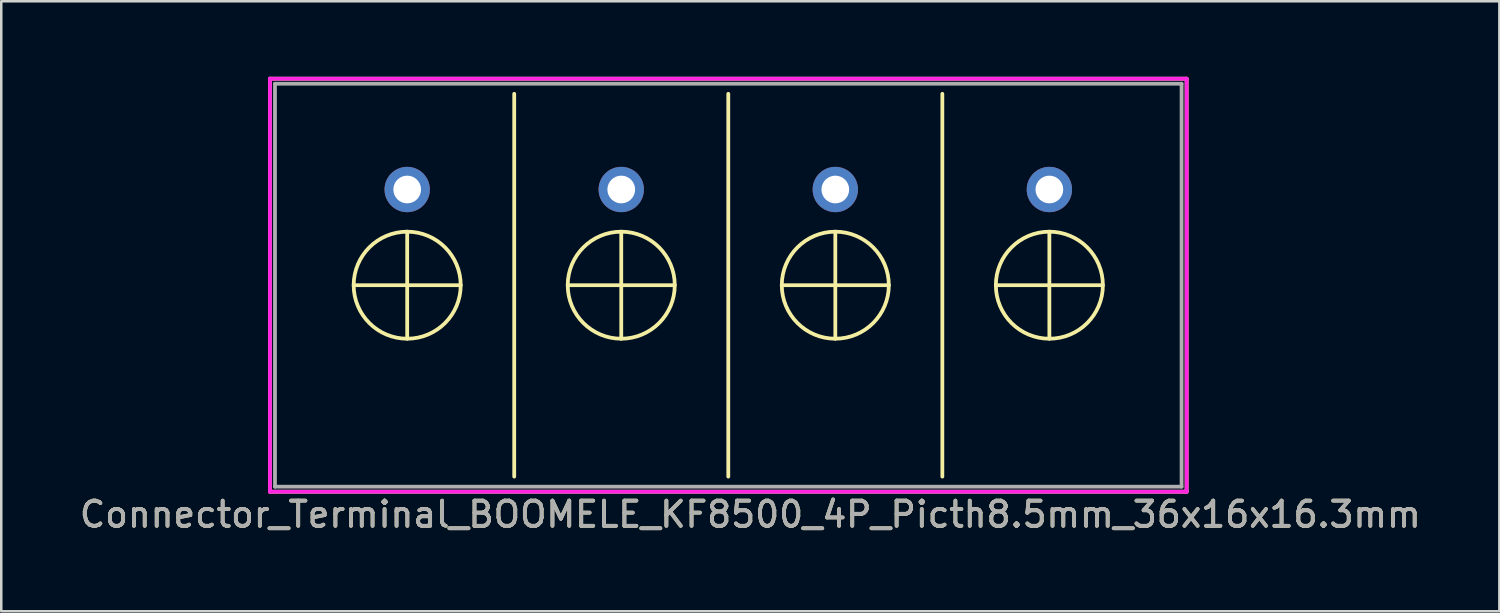
<source format=kicad_pcb>
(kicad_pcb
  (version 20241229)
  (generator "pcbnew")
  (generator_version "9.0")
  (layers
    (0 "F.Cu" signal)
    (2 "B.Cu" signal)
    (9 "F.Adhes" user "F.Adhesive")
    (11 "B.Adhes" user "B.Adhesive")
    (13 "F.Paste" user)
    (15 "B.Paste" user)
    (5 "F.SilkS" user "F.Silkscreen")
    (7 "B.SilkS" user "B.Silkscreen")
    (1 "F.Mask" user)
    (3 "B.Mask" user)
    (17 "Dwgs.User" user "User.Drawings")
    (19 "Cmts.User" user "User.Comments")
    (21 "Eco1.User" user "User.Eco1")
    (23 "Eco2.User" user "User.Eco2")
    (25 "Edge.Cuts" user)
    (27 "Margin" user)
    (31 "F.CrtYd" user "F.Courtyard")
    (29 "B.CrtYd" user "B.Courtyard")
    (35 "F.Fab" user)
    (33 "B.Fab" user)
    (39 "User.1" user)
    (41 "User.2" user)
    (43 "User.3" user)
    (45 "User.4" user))
  (footprint "Connector_Terminal_BOOMELE_KF8500_4P_Picth8.5mm_36x16x16.3mm"
    (layer "F.Cu")
    (at 25.869 8.275)
    (property "Reference" "Connector_Terminal_BOOMELE_KF8500_4P_Picth8.5mm_36x16x16.3mm" (at 0.875 9.1 0) (layer "F.SilkS") (effects (font (size 1 1) (thickness 0.15))))
    (attr through_hole)
    (fp_line (start -18.2 -8.2) (end -18.2 8.2) (stroke (width 0.15) (type solid)) (layer "F.SilkS"))
    (fp_line (start -18.2 8.2) (end 18.2 8.2) (stroke (width 0.15) (type solid)) (layer "F.SilkS"))
    (fp_line (start -14.875 0) (end -10.625 0) (stroke (width 0.15) (type solid)) (layer "F.SilkS"))
    (fp_line (start -12.75 -2.125) (end -12.75 2.125) (stroke (width 0.15) (type solid)) (layer "F.SilkS"))
    (fp_line (start -8.5 -7.6) (end -8.5 7.6) (stroke (width 0.15) (type solid)) (layer "F.SilkS"))
    (fp_line (start -6.375 0) (end -2.125 0) (stroke (width 0.15) (type solid)) (layer "F.SilkS"))
    (fp_line (start -4.25 -2.125) (end -4.25 2.125) (stroke (width 0.15) (type solid)) (layer "F.SilkS"))
    (fp_line (start 0 -7.6) (end 0 7.6) (stroke (width 0.15) (type solid)) (layer "F.SilkS"))
    (fp_line (start 2.125 0) (end 6.375 0) (stroke (width 0.15) (type solid)) (layer "F.SilkS"))
    (fp_line (start 4.25 -2.125) (end 4.25 2.125) (stroke (width 0.15) (type solid)) (layer "F.SilkS"))
    (fp_line (start 8.5 -7.6) (end 8.5 7.6) (stroke (width 0.15) (type solid)) (layer "F.SilkS"))
    (fp_line (start 10.625 0) (end 14.875 0) (stroke (width 0.15) (type solid)) (layer "F.SilkS"))
    (fp_line (start 12.75 -2.125) (end 12.75 2.125) (stroke (width 0.15) (type solid)) (layer "F.SilkS"))
    (fp_line (start 18.2 -8.2) (end -18.2 -8.2) (stroke (width 0.15) (type solid)) (layer "F.SilkS"))
    (fp_line (start 18.2 8.2) (end 18.2 -8.2) (stroke (width 0.15) (type solid)) (layer "F.SilkS"))
    (fp_circle (center -12.75 0) (end -12.75 2.125) (stroke (width 0.15) (type solid)) (fill no) (layer "F.SilkS"))
    (fp_circle (center -4.25 0) (end -4.25 2.125) (stroke (width 0.15) (type solid)) (fill no) (layer "F.SilkS"))
    (fp_circle (center 4.25 0) (end 6.375 0) (stroke (width 0.15) (type solid)) (fill no) (layer "F.SilkS"))
    (fp_circle (center 12.75 0) (end 12.75 2.125) (stroke (width 0.15) (type solid)) (fill no) (layer "F.SilkS"))
    (fp_line (start -18.2 -8.2) (end -18.2 8.2) (stroke (width 0.15) (type solid)) (layer "F.CrtYd"))
    (fp_line (start -18.2 8.2) (end 18.2 8.2) (stroke (width 0.15) (type solid)) (layer "F.CrtYd"))
    (fp_line (start 18.2 -8.2) (end -18.2 -8.2) (stroke (width 0.15) (type solid)) (layer "F.CrtYd"))
    (fp_line (start 18.2 8.2) (end 18.2 -8.2) (stroke (width 0.15) (type solid)) (layer "F.CrtYd"))
    (fp_line (start -18 -8) (end -18 8) (stroke (width 0.15) (type solid)) (layer "F.Fab"))
    (fp_line (start -18 8) (end 18 8) (stroke (width 0.15) (type solid)) (layer "F.Fab"))
    (fp_line (start 18 -8) (end -18 -8) (stroke (width 0.15) (type solid)) (layer "F.Fab"))
    (fp_line (start 18 8) (end 18 -8) (stroke (width 0.15) (type solid)) (layer "F.Fab"))
    (fp_text user "${REFERENCE}" (at 0.875 9.1 0) (layer "F.Fab") (effects (font (size 1 1) (thickness 0.15))))
    (pad "1" thru_hole circle (at -12.75 -3.8) (size 1.8 1.8) (drill 1.1) (layers "*.Cu" "*.Mask"))
    (pad "2" thru_hole circle (at -4.25 -3.8) (size 1.8 1.8) (drill 1.1) (layers "*.Cu" "*.Mask"))
    (pad "3" thru_hole circle (at 4.25 -3.8) (size 1.8 1.8) (drill 1.1) (layers "*.Cu" "*.Mask"))
    (pad "4" thru_hole circle (at 12.75 -3.8) (size 1.8 1.8) (drill 1.1) (layers "*.Cu" "*.Mask")))
  (gr_rect
    (start -3 -3)
    (end 56.488 21.223)
    (stroke (width 0.1) (type default))
    (fill no)
    (layer "Edge.Cuts")))
</source>
